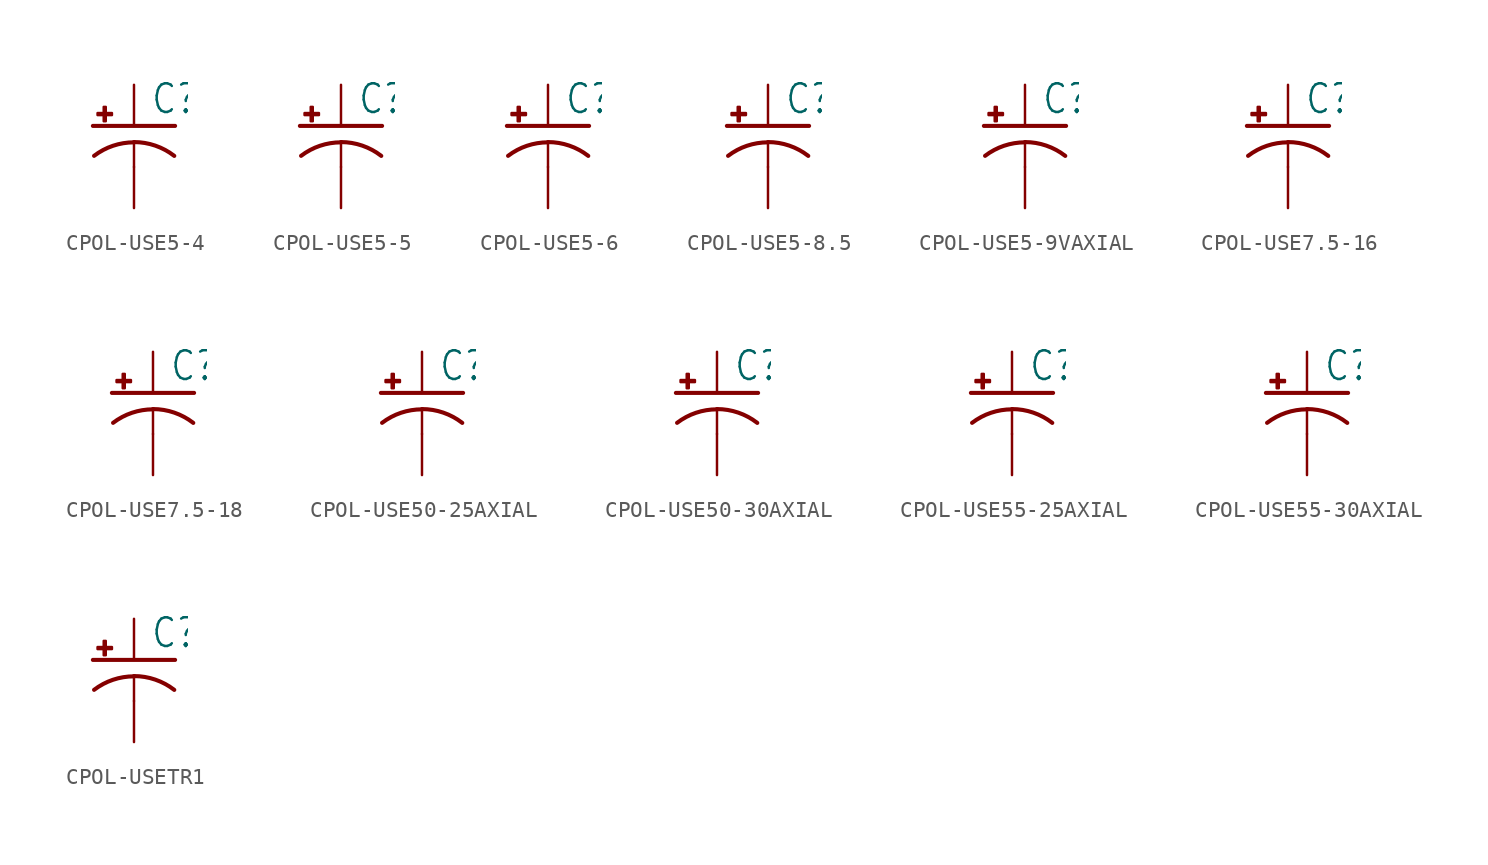
<source format=kicad_sym>
(kicad_symbol_lib
  (version 20241209)
  (generator "kicad_symbol_editor")
  (generator_version "9.0")
  (symbol "CPOL-USE5-4"
    (property "Reference" "C"
      (at 1.016 0.635 0)
      (effects (font (size 1.778 1.511)) (justify left bottom)))
    (property "Value" ""
      (at 1.016 -4.191 0)
      (effects (font (size 1.778 1.511)) (justify left bottom)))
    (property "ki_locked" ""
      (at 0 0 0)
      (effects (font (size 1.27 1.27))))
    (symbol "CPOL-USE5-4_1_0"
      (polyline (pts (xy -2.54 0) (xy 2.54 0)) (stroke (width 0.254) (type solid)) (fill (type none)))
      (rectangle (start -2.253 0.668) (end -1.364 0.795) (stroke (width 0) (type default)) (fill (type outline)))
      (rectangle (start -1.872 0.287) (end -1.745 1.176) (stroke (width 0) (type default)) (fill (type outline)))
      (arc (start -2.4669 -1.8504) (mid -1.3021 -1.2303) (end 0 -1.0161) (stroke (width 0.254) (type solid)) (fill (type none)))
      (polyline (pts (xy 0 -1.016) (xy 0 -2.54)) (stroke (width 0.152) (type solid)) (fill (type none)))
      (arc (start 0 -1) (mid 1.3158 -1.2195) (end 2.4892 -1.8541) (stroke (width 0.254) (type solid)) (fill (type none)))
      (pin passive line (at 0 2.54 270) (length 2.54) (name "+" (effects (font (size 0 0)))) (number "+" (effects (font (size 0 0)))))
      (pin passive line (at 0 -5.08 90) (length 2.54) (name "-" (effects (font (size 0 0)))) (number "-" (effects (font (size 0 0)))))))
  (symbol "CPOL-USE5-5"
    (property "Reference" "C"
      (at 1.016 0.635 0)
      (effects (font (size 1.778 1.511)) (justify left bottom)))
    (property "Value" ""
      (at 1.016 -4.191 0)
      (effects (font (size 1.778 1.511)) (justify left bottom)))
    (property "ki_locked" ""
      (at 0 0 0)
      (effects (font (size 1.27 1.27))))
    (symbol "CPOL-USE5-5_1_0"
      (polyline (pts (xy -2.54 0) (xy 2.54 0)) (stroke (width 0.254) (type solid)) (fill (type none)))
      (rectangle (start -2.253 0.668) (end -1.364 0.795) (stroke (width 0) (type default)) (fill (type outline)))
      (rectangle (start -1.872 0.287) (end -1.745 1.176) (stroke (width 0) (type default)) (fill (type outline)))
      (arc (start -2.4669 -1.8504) (mid -1.3021 -1.2303) (end 0 -1.0161) (stroke (width 0.254) (type solid)) (fill (type none)))
      (polyline (pts (xy 0 -1.016) (xy 0 -2.54)) (stroke (width 0.152) (type solid)) (fill (type none)))
      (arc (start 0 -1) (mid 1.3158 -1.2195) (end 2.4892 -1.8541) (stroke (width 0.254) (type solid)) (fill (type none)))
      (pin passive line (at 0 2.54 270) (length 2.54) (name "+" (effects (font (size 0 0)))) (number "+" (effects (font (size 0 0)))))
      (pin passive line (at 0 -5.08 90) (length 2.54) (name "-" (effects (font (size 0 0)))) (number "-" (effects (font (size 0 0)))))))
  (symbol "CPOL-USE5-6"
    (property "Reference" "C"
      (at 1.016 0.635 0)
      (effects (font (size 1.778 1.511)) (justify left bottom)))
    (property "Value" ""
      (at 1.016 -4.191 0)
      (effects (font (size 1.778 1.511)) (justify left bottom)))
    (property "ki_locked" ""
      (at 0 0 0)
      (effects (font (size 1.27 1.27))))
    (symbol "CPOL-USE5-6_1_0"
      (polyline (pts (xy -2.54 0) (xy 2.54 0)) (stroke (width 0.254) (type solid)) (fill (type none)))
      (rectangle (start -2.253 0.668) (end -1.364 0.795) (stroke (width 0) (type default)) (fill (type outline)))
      (rectangle (start -1.872 0.287) (end -1.745 1.176) (stroke (width 0) (type default)) (fill (type outline)))
      (arc (start -2.4669 -1.8504) (mid -1.3021 -1.2303) (end 0 -1.0161) (stroke (width 0.254) (type solid)) (fill (type none)))
      (polyline (pts (xy 0 -1.016) (xy 0 -2.54)) (stroke (width 0.152) (type solid)) (fill (type none)))
      (arc (start 0 -1) (mid 1.3158 -1.2195) (end 2.4892 -1.8541) (stroke (width 0.254) (type solid)) (fill (type none)))
      (pin passive line (at 0 2.54 270) (length 2.54) (name "+" (effects (font (size 0 0)))) (number "+" (effects (font (size 0 0)))))
      (pin passive line (at 0 -5.08 90) (length 2.54) (name "-" (effects (font (size 0 0)))) (number "-" (effects (font (size 0 0)))))))
  (symbol "CPOL-USE5-8.5"
    (property "Reference" "C"
      (at 1.016 0.635 0)
      (effects (font (size 1.778 1.511)) (justify left bottom)))
    (property "Value" ""
      (at 1.016 -4.191 0)
      (effects (font (size 1.778 1.511)) (justify left bottom)))
    (property "ki_locked" ""
      (at 0 0 0)
      (effects (font (size 1.27 1.27))))
    (symbol "CPOL-USE5-8.5_1_0"
      (polyline (pts (xy -2.54 0) (xy 2.54 0)) (stroke (width 0.254) (type solid)) (fill (type none)))
      (rectangle (start -2.253 0.668) (end -1.364 0.795) (stroke (width 0) (type default)) (fill (type outline)))
      (rectangle (start -1.872 0.287) (end -1.745 1.176) (stroke (width 0) (type default)) (fill (type outline)))
      (arc (start -2.4669 -1.8504) (mid -1.3021 -1.2303) (end 0 -1.0161) (stroke (width 0.254) (type solid)) (fill (type none)))
      (polyline (pts (xy 0 -1.016) (xy 0 -2.54)) (stroke (width 0.152) (type solid)) (fill (type none)))
      (arc (start 0 -1) (mid 1.3158 -1.2195) (end 2.4892 -1.8541) (stroke (width 0.254) (type solid)) (fill (type none)))
      (pin passive line (at 0 2.54 270) (length 2.54) (name "+" (effects (font (size 0 0)))) (number "+" (effects (font (size 0 0)))))
      (pin passive line (at 0 -5.08 90) (length 2.54) (name "-" (effects (font (size 0 0)))) (number "-" (effects (font (size 0 0)))))))
  (symbol "CPOL-USE5-9VAXIAL"
    (property "Reference" "C"
      (at 1.016 0.635 0)
      (effects (font (size 1.778 1.511)) (justify left bottom)))
    (property "Value" ""
      (at 1.016 -4.191 0)
      (effects (font (size 1.778 1.511)) (justify left bottom)))
    (property "ki_locked" ""
      (at 0 0 0)
      (effects (font (size 1.27 1.27))))
    (symbol "CPOL-USE5-9VAXIAL_1_0"
      (polyline (pts (xy -2.54 0) (xy 2.54 0)) (stroke (width 0.254) (type solid)) (fill (type none)))
      (rectangle (start -2.253 0.668) (end -1.364 0.795) (stroke (width 0) (type default)) (fill (type outline)))
      (rectangle (start -1.872 0.287) (end -1.745 1.176) (stroke (width 0) (type default)) (fill (type outline)))
      (arc (start -2.4669 -1.8504) (mid -1.3021 -1.2303) (end 0 -1.0161) (stroke (width 0.254) (type solid)) (fill (type none)))
      (polyline (pts (xy 0 -1.016) (xy 0 -2.54)) (stroke (width 0.152) (type solid)) (fill (type none)))
      (arc (start 0 -1) (mid 1.3158 -1.2195) (end 2.4892 -1.8541) (stroke (width 0.254) (type solid)) (fill (type none)))
      (pin passive line (at 0 2.54 270) (length 2.54) (name "+" (effects (font (size 0 0)))) (number "+" (effects (font (size 0 0)))))
      (pin passive line (at 0 -5.08 90) (length 2.54) (name "-" (effects (font (size 0 0)))) (number "-" (effects (font (size 0 0)))))))
  (symbol "CPOL-USE7.5-16"
    (property "Reference" "C"
      (at 1.016 0.635 0)
      (effects (font (size 1.778 1.511)) (justify left bottom)))
    (property "Value" ""
      (at 1.016 -4.191 0)
      (effects (font (size 1.778 1.511)) (justify left bottom)))
    (property "ki_locked" ""
      (at 0 0 0)
      (effects (font (size 1.27 1.27))))
    (symbol "CPOL-USE7.5-16_1_0"
      (polyline (pts (xy -2.54 0) (xy 2.54 0)) (stroke (width 0.254) (type solid)) (fill (type none)))
      (rectangle (start -2.253 0.668) (end -1.364 0.795) (stroke (width 0) (type default)) (fill (type outline)))
      (rectangle (start -1.872 0.287) (end -1.745 1.176) (stroke (width 0) (type default)) (fill (type outline)))
      (arc (start -2.4669 -1.8504) (mid -1.3021 -1.2303) (end 0 -1.0161) (stroke (width 0.254) (type solid)) (fill (type none)))
      (polyline (pts (xy 0 -1.016) (xy 0 -2.54)) (stroke (width 0.152) (type solid)) (fill (type none)))
      (arc (start 0 -1) (mid 1.3158 -1.2195) (end 2.4892 -1.8541) (stroke (width 0.254) (type solid)) (fill (type none)))
      (pin passive line (at 0 2.54 270) (length 2.54) (name "+" (effects (font (size 0 0)))) (number "+" (effects (font (size 0 0)))))
      (pin passive line (at 0 -5.08 90) (length 2.54) (name "-" (effects (font (size 0 0)))) (number "-" (effects (font (size 0 0)))))))
  (symbol "CPOL-USE7.5-18"
    (property "Reference" "C"
      (at 1.016 0.635 0)
      (effects (font (size 1.778 1.511)) (justify left bottom)))
    (property "Value" ""
      (at 1.016 -4.191 0)
      (effects (font (size 1.778 1.511)) (justify left bottom)))
    (property "ki_locked" ""
      (at 0 0 0)
      (effects (font (size 1.27 1.27))))
    (symbol "CPOL-USE7.5-18_1_0"
      (polyline (pts (xy -2.54 0) (xy 2.54 0)) (stroke (width 0.254) (type solid)) (fill (type none)))
      (rectangle (start -2.253 0.668) (end -1.364 0.795) (stroke (width 0) (type default)) (fill (type outline)))
      (rectangle (start -1.872 0.287) (end -1.745 1.176) (stroke (width 0) (type default)) (fill (type outline)))
      (arc (start -2.4669 -1.8504) (mid -1.3021 -1.2303) (end 0 -1.0161) (stroke (width 0.254) (type solid)) (fill (type none)))
      (polyline (pts (xy 0 -1.016) (xy 0 -2.54)) (stroke (width 0.152) (type solid)) (fill (type none)))
      (arc (start 0 -1) (mid 1.3158 -1.2195) (end 2.4892 -1.8541) (stroke (width 0.254) (type solid)) (fill (type none)))
      (pin passive line (at 0 2.54 270) (length 2.54) (name "+" (effects (font (size 0 0)))) (number "+" (effects (font (size 0 0)))))
      (pin passive line (at 0 -5.08 90) (length 2.54) (name "-" (effects (font (size 0 0)))) (number "-" (effects (font (size 0 0)))))))
  (symbol "CPOL-USE50-25AXIAL"
    (property "Reference" "C"
      (at 1.016 0.635 0)
      (effects (font (size 1.778 1.511)) (justify left bottom)))
    (property "Value" ""
      (at 1.016 -4.191 0)
      (effects (font (size 1.778 1.511)) (justify left bottom)))
    (property "ki_locked" ""
      (at 0 0 0)
      (effects (font (size 1.27 1.27))))
    (symbol "CPOL-USE50-25AXIAL_1_0"
      (polyline (pts (xy -2.54 0) (xy 2.54 0)) (stroke (width 0.254) (type solid)) (fill (type none)))
      (rectangle (start -2.253 0.668) (end -1.364 0.795) (stroke (width 0) (type default)) (fill (type outline)))
      (rectangle (start -1.872 0.287) (end -1.745 1.176) (stroke (width 0) (type default)) (fill (type outline)))
      (arc (start -2.4669 -1.8504) (mid -1.3021 -1.2303) (end 0 -1.0161) (stroke (width 0.254) (type solid)) (fill (type none)))
      (polyline (pts (xy 0 -1.016) (xy 0 -2.54)) (stroke (width 0.152) (type solid)) (fill (type none)))
      (arc (start 0 -1) (mid 1.3158 -1.2195) (end 2.4892 -1.8541) (stroke (width 0.254) (type solid)) (fill (type none)))
      (pin passive line (at 0 2.54 270) (length 2.54) (name "+" (effects (font (size 0 0)))) (number "+" (effects (font (size 0 0)))))
      (pin passive line (at 0 -5.08 90) (length 2.54) (name "-" (effects (font (size 0 0)))) (number "-" (effects (font (size 0 0)))))))
  (symbol "CPOL-USE50-30AXIAL"
    (property "Reference" "C"
      (at 1.016 0.635 0)
      (effects (font (size 1.778 1.511)) (justify left bottom)))
    (property "Value" ""
      (at 1.016 -4.191 0)
      (effects (font (size 1.778 1.511)) (justify left bottom)))
    (property "ki_locked" ""
      (at 0 0 0)
      (effects (font (size 1.27 1.27))))
    (symbol "CPOL-USE50-30AXIAL_1_0"
      (polyline (pts (xy -2.54 0) (xy 2.54 0)) (stroke (width 0.254) (type solid)) (fill (type none)))
      (rectangle (start -2.253 0.668) (end -1.364 0.795) (stroke (width 0) (type default)) (fill (type outline)))
      (rectangle (start -1.872 0.287) (end -1.745 1.176) (stroke (width 0) (type default)) (fill (type outline)))
      (arc (start -2.4669 -1.8504) (mid -1.3021 -1.2303) (end 0 -1.0161) (stroke (width 0.254) (type solid)) (fill (type none)))
      (polyline (pts (xy 0 -1.016) (xy 0 -2.54)) (stroke (width 0.152) (type solid)) (fill (type none)))
      (arc (start 0 -1) (mid 1.3158 -1.2195) (end 2.4892 -1.8541) (stroke (width 0.254) (type solid)) (fill (type none)))
      (pin passive line (at 0 2.54 270) (length 2.54) (name "+" (effects (font (size 0 0)))) (number "+" (effects (font (size 0 0)))))
      (pin passive line (at 0 -5.08 90) (length 2.54) (name "-" (effects (font (size 0 0)))) (number "-" (effects (font (size 0 0)))))))
  (symbol "CPOL-USE55-25AXIAL"
    (property "Reference" "C"
      (at 1.016 0.635 0)
      (effects (font (size 1.778 1.511)) (justify left bottom)))
    (property "Value" ""
      (at 1.016 -4.191 0)
      (effects (font (size 1.778 1.511)) (justify left bottom)))
    (property "ki_locked" ""
      (at 0 0 0)
      (effects (font (size 1.27 1.27))))
    (symbol "CPOL-USE55-25AXIAL_1_0"
      (polyline (pts (xy -2.54 0) (xy 2.54 0)) (stroke (width 0.254) (type solid)) (fill (type none)))
      (rectangle (start -2.253 0.668) (end -1.364 0.795) (stroke (width 0) (type default)) (fill (type outline)))
      (rectangle (start -1.872 0.287) (end -1.745 1.176) (stroke (width 0) (type default)) (fill (type outline)))
      (arc (start -2.4669 -1.8504) (mid -1.3021 -1.2303) (end 0 -1.0161) (stroke (width 0.254) (type solid)) (fill (type none)))
      (polyline (pts (xy 0 -1.016) (xy 0 -2.54)) (stroke (width 0.152) (type solid)) (fill (type none)))
      (arc (start 0 -1) (mid 1.3158 -1.2195) (end 2.4892 -1.8541) (stroke (width 0.254) (type solid)) (fill (type none)))
      (pin passive line (at 0 2.54 270) (length 2.54) (name "+" (effects (font (size 0 0)))) (number "+" (effects (font (size 0 0)))))
      (pin passive line (at 0 -5.08 90) (length 2.54) (name "-" (effects (font (size 0 0)))) (number "-" (effects (font (size 0 0)))))))
  (symbol "CPOL-USE55-30AXIAL"
    (property "Reference" "C"
      (at 1.016 0.635 0)
      (effects (font (size 1.778 1.511)) (justify left bottom)))
    (property "Value" ""
      (at 1.016 -4.191 0)
      (effects (font (size 1.778 1.511)) (justify left bottom)))
    (property "ki_locked" ""
      (at 0 0 0)
      (effects (font (size 1.27 1.27))))
    (symbol "CPOL-USE55-30AXIAL_1_0"
      (polyline (pts (xy -2.54 0) (xy 2.54 0)) (stroke (width 0.254) (type solid)) (fill (type none)))
      (rectangle (start -2.253 0.668) (end -1.364 0.795) (stroke (width 0) (type default)) (fill (type outline)))
      (rectangle (start -1.872 0.287) (end -1.745 1.176) (stroke (width 0) (type default)) (fill (type outline)))
      (arc (start -2.4669 -1.8504) (mid -1.3021 -1.2303) (end 0 -1.0161) (stroke (width 0.254) (type solid)) (fill (type none)))
      (polyline (pts (xy 0 -1.016) (xy 0 -2.54)) (stroke (width 0.152) (type solid)) (fill (type none)))
      (arc (start 0 -1) (mid 1.3158 -1.2195) (end 2.4892 -1.8541) (stroke (width 0.254) (type solid)) (fill (type none)))
      (pin passive line (at 0 2.54 270) (length 2.54) (name "+" (effects (font (size 0 0)))) (number "+" (effects (font (size 0 0)))))
      (pin passive line (at 0 -5.08 90) (length 2.54) (name "-" (effects (font (size 0 0)))) (number "-" (effects (font (size 0 0)))))))
  (symbol "CPOL-USETR1"
    (property "Reference" "C"
      (at 1.016 0.635 0)
      (effects (font (size 1.778 1.511)) (justify left bottom)))
    (property "Value" ""
      (at 1.016 -4.191 0)
      (effects (font (size 1.778 1.511)) (justify left bottom)))
    (property "ki_locked" ""
      (at 0 0 0)
      (effects (font (size 1.27 1.27))))
    (symbol "CPOL-USETR1_1_0"
      (polyline (pts (xy -2.54 0) (xy 2.54 0)) (stroke (width 0.254) (type solid)) (fill (type none)))
      (rectangle (start -2.253 0.668) (end -1.364 0.795) (stroke (width 0) (type default)) (fill (type outline)))
      (rectangle (start -1.872 0.287) (end -1.745 1.176) (stroke (width 0) (type default)) (fill (type outline)))
      (arc (start -2.4669 -1.8504) (mid -1.3021 -1.2303) (end 0 -1.0161) (stroke (width 0.254) (type solid)) (fill (type none)))
      (polyline (pts (xy 0 -1.016) (xy 0 -2.54)) (stroke (width 0.152) (type solid)) (fill (type none)))
      (arc (start 0 -1) (mid 1.3158 -1.2195) (end 2.4892 -1.8541) (stroke (width 0.254) (type solid)) (fill (type none)))
      (pin passive line (at 0 2.54 270) (length 2.54) (name "+" (effects (font (size 0 0)))) (number "+" (effects (font (size 0 0)))))
      (pin passive line (at 0 -5.08 90) (length 2.54) (name "-" (effects (font (size 0 0)))) (number "-" (effects (font (size 0 0))))))))
</source>
